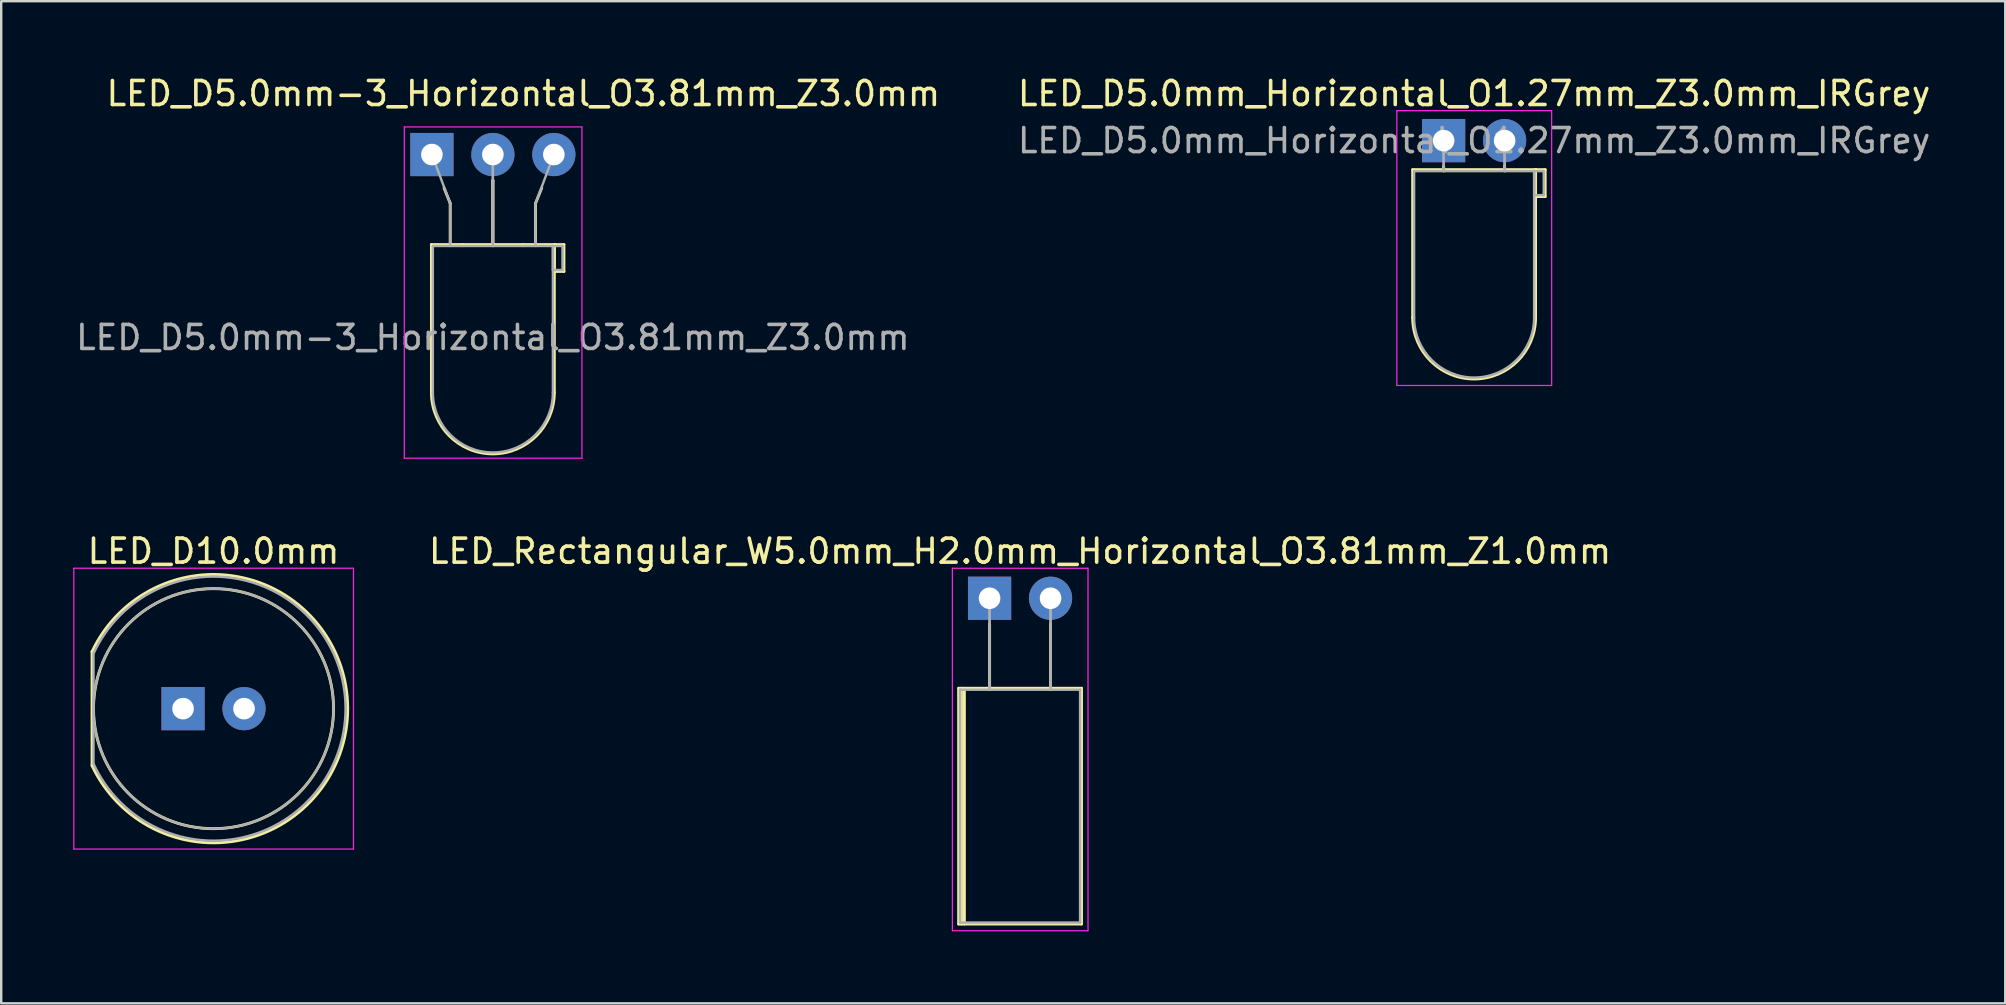
<source format=kicad_pcb>
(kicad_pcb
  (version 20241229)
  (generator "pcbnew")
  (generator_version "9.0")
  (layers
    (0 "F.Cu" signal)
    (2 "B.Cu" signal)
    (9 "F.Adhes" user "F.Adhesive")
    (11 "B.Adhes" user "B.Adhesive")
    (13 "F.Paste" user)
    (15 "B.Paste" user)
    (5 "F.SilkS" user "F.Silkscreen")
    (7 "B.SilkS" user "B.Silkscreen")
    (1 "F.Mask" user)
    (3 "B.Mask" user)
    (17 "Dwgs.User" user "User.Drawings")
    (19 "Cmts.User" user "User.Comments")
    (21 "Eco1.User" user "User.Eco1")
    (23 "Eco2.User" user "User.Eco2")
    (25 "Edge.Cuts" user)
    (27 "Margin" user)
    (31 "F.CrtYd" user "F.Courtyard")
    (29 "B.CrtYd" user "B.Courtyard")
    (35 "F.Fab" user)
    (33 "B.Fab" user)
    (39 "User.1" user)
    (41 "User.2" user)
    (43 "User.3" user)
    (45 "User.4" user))
  (footprint "LED_D5.0mm-3_Horizontal_O3.81mm_Z3.0mm"
    (layer "F.Cu")
    (at 14.942 3.388)
    (property "Reference" "LED_D5.0mm-3_Horizontal_O3.81mm_Z3.0mm" (at 3.81 -2.54 0) (layer "F.SilkS") (effects (font (size 1 1) (thickness 0.15))))
    (attr through_hole)
    (fp_line (start -0.02 3.75) (end -0.02 9.91) (stroke (width 0.12) (type solid)) (layer "F.SilkS"))
    (fp_line (start -0.02 3.75) (end 5.1 3.75) (stroke (width 0.12) (type solid)) (layer "F.SilkS"))
    (fp_line (start 0.762 2.032) (end 0.508 1.397) (stroke (width 0.12) (type solid)) (layer "F.SilkS"))
    (fp_line (start 0.762 2.032) (end 0.762 3.75) (stroke (width 0.12) (type solid)) (layer "F.SilkS"))
    (fp_line (start 1.27 3.75) (end 1.27 3.75) (stroke (width 0.12) (type solid)) (layer "F.SilkS"))
    (fp_line (start 2.54 1.08) (end 2.54 1.08) (stroke (width 0.12) (type solid)) (layer "F.SilkS"))
    (fp_line (start 2.54 1.08) (end 2.54 3.75) (stroke (width 0.12) (type solid)) (layer "F.SilkS"))
    (fp_line (start 2.54 3.75) (end 2.54 1.08) (stroke (width 0.12) (type solid)) (layer "F.SilkS"))
    (fp_line (start 3.81 3.75) (end 3.81 3.75) (stroke (width 0.12) (type solid)) (layer "F.SilkS"))
    (fp_line (start 4.318 2.032) (end 4.572 1.397) (stroke (width 0.12) (type solid)) (layer "F.SilkS"))
    (fp_line (start 4.318 3.75) (end 4.318 2.032) (stroke (width 0.12) (type solid)) (layer "F.SilkS"))
    (fp_line (start 5.1 3.75) (end 5.1 9.91) (stroke (width 0.12) (type solid)) (layer "F.SilkS"))
    (fp_line (start 5.1 3.75) (end 5.5 3.75) (stroke (width 0.12) (type solid)) (layer "F.SilkS"))
    (fp_line (start 5.1 4.87) (end 5.1 3.75) (stroke (width 0.12) (type solid)) (layer "F.SilkS"))
    (fp_line (start 5.5 3.75) (end 5.5 4.87) (stroke (width 0.12) (type solid)) (layer "F.SilkS"))
    (fp_line (start 5.5 4.87) (end 5.1 4.87) (stroke (width 0.12) (type solid)) (layer "F.SilkS"))
    (fp_arc (start 5.1 9.91) (mid 2.54 12.47) (end -0.02 9.91) (stroke (width 0.12) (type solid)) (layer "F.SilkS"))
    (fp_line (start -1.15 -1.15) (end -1.15 12.65) (stroke (width 0.05) (type solid)) (layer "F.CrtYd"))
    (fp_line (start -1.15 12.65) (end 6.25 12.65) (stroke (width 0.05) (type solid)) (layer "F.CrtYd"))
    (fp_line (start 6.25 -1.15) (end -1.15 -1.15) (stroke (width 0.05) (type solid)) (layer "F.CrtYd"))
    (fp_line (start 6.25 12.65) (end 6.25 -1.15) (stroke (width 0.05) (type solid)) (layer "F.CrtYd"))
    (fp_line (start 0.04 3.81) (end 0.04 9.91) (stroke (width 0.1) (type solid)) (layer "F.Fab"))
    (fp_line (start 0.04 3.81) (end 5.04 3.81) (stroke (width 0.1) (type solid)) (layer "F.Fab"))
    (fp_line (start 0.762 2.032) (end 0 0) (stroke (width 0.1) (type solid)) (layer "F.Fab"))
    (fp_line (start 0.762 3.81) (end 0.762 2.032) (stroke (width 0.1) (type solid)) (layer "F.Fab"))
    (fp_line (start 1.27 3.81) (end 1.27 3.81) (stroke (width 0.1) (type solid)) (layer "F.Fab"))
    (fp_line (start 2.54 0) (end 2.54 0) (stroke (width 0.1) (type solid)) (layer "F.Fab"))
    (fp_line (start 2.54 0) (end 2.54 3.81) (stroke (width 0.1) (type solid)) (layer "F.Fab"))
    (fp_line (start 2.54 3.81) (end 2.54 0) (stroke (width 0.1) (type solid)) (layer "F.Fab"))
    (fp_line (start 3.81 3.81) (end 3.81 3.81) (stroke (width 0.1) (type solid)) (layer "F.Fab"))
    (fp_line (start 4.318 2.032) (end 4.318 3.81) (stroke (width 0.1) (type solid)) (layer "F.Fab"))
    (fp_line (start 4.318 2.032) (end 5.08 0) (stroke (width 0.1) (type solid)) (layer "F.Fab"))
    (fp_line (start 5.04 3.81) (end 5.04 9.91) (stroke (width 0.1) (type solid)) (layer "F.Fab"))
    (fp_line (start 5.04 3.81) (end 5.44 3.81) (stroke (width 0.1) (type solid)) (layer "F.Fab"))
    (fp_line (start 5.04 4.81) (end 5.04 3.81) (stroke (width 0.1) (type solid)) (layer "F.Fab"))
    (fp_line (start 5.08 0) (end 5.08 0) (stroke (width 0.1) (type solid)) (layer "F.Fab"))
    (fp_line (start 5.44 3.81) (end 5.44 4.81) (stroke (width 0.1) (type solid)) (layer "F.Fab"))
    (fp_line (start 5.44 4.81) (end 5.04 4.81) (stroke (width 0.1) (type solid)) (layer "F.Fab"))
    (fp_arc (start 5.04 9.91) (mid 2.54 12.41) (end 0.04 9.91) (stroke (width 0.1) (type solid)) (layer "F.Fab"))
    (fp_text user "${REFERENCE}" (at 2.54 7.62 0) (layer "F.Fab") (effects (font (size 1 1) (thickness 0.15))))
    (pad "1" thru_hole rect (at 0 0) (size 1.8 1.8) (drill 0.9) (layers "*.Cu" "*.Mask"))
    (pad "2" thru_hole circle (at 2.54 0) (size 1.8 1.8) (drill 0.9) (layers "*.Cu" "*.Mask"))
    (pad "3" thru_hole circle (at 5.08 0) (size 1.8 1.8) (drill 0.9) (layers "*.Cu" "*.Mask")))
  (footprint "LED_D5.0mm_Horizontal_O1.27mm_Z3.0mm_IRGrey"
    (layer "F.Cu")
    (at 57.089 2.808)
    (property "Reference" "LED_D5.0mm_Horizontal_O1.27mm_Z3.0mm_IRGrey" (at 1.27 -1.96 0) (layer "F.SilkS") (effects (font (size 1 1) (thickness 0.15))))
    (attr through_hole)
    (fp_line (start -1.29 1.21) (end -1.29 7.37) (stroke (width 0.12) (type solid)) (layer "F.SilkS"))
    (fp_line (start -1.29 1.21) (end 3.83 1.21) (stroke (width 0.12) (type solid)) (layer "F.SilkS"))
    (fp_line (start 0 1.08) (end 0 1.08) (stroke (width 0.12) (type solid)) (layer "F.SilkS"))
    (fp_line (start 0 1.08) (end 0 1.21) (stroke (width 0.12) (type solid)) (layer "F.SilkS"))
    (fp_line (start 0 1.21) (end 0 1.08) (stroke (width 0.12) (type solid)) (layer "F.SilkS"))
    (fp_line (start 0 1.21) (end 0 1.21) (stroke (width 0.12) (type solid)) (layer "F.SilkS"))
    (fp_line (start 2.54 1.08) (end 2.54 1.08) (stroke (width 0.12) (type solid)) (layer "F.SilkS"))
    (fp_line (start 2.54 1.08) (end 2.54 1.21) (stroke (width 0.12) (type solid)) (layer "F.SilkS"))
    (fp_line (start 2.54 1.21) (end 2.54 1.08) (stroke (width 0.12) (type solid)) (layer "F.SilkS"))
    (fp_line (start 2.54 1.21) (end 2.54 1.21) (stroke (width 0.12) (type solid)) (layer "F.SilkS"))
    (fp_line (start 3.83 1.21) (end 3.83 7.37) (stroke (width 0.12) (type solid)) (layer "F.SilkS"))
    (fp_line (start 3.83 1.21) (end 4.23 1.21) (stroke (width 0.12) (type solid)) (layer "F.SilkS"))
    (fp_line (start 3.83 2.33) (end 3.83 1.21) (stroke (width 0.12) (type solid)) (layer "F.SilkS"))
    (fp_line (start 4.23 1.21) (end 4.23 2.33) (stroke (width 0.12) (type solid)) (layer "F.SilkS"))
    (fp_line (start 4.23 2.33) (end 3.83 2.33) (stroke (width 0.12) (type solid)) (layer "F.SilkS"))
    (fp_arc (start 3.83 7.37) (mid 1.27 9.93) (end -1.29 7.37) (stroke (width 0.12) (type solid)) (layer "F.SilkS"))
    (fp_line (start -1.95 -1.25) (end -1.95 10.2) (stroke (width 0.05) (type solid)) (layer "F.CrtYd"))
    (fp_line (start -1.95 10.2) (end 4.5 10.2) (stroke (width 0.05) (type solid)) (layer "F.CrtYd"))
    (fp_line (start 4.5 -1.25) (end -1.95 -1.25) (stroke (width 0.05) (type solid)) (layer "F.CrtYd"))
    (fp_line (start 4.5 10.2) (end 4.5 -1.25) (stroke (width 0.05) (type solid)) (layer "F.CrtYd"))
    (fp_line (start -1.23 1.27) (end -1.23 7.37) (stroke (width 0.1) (type solid)) (layer "F.Fab"))
    (fp_line (start -1.23 1.27) (end 3.77 1.27) (stroke (width 0.1) (type solid)) (layer "F.Fab"))
    (fp_line (start 0 0) (end 0 0) (stroke (width 0.1) (type solid)) (layer "F.Fab"))
    (fp_line (start 0 0) (end 0 1.27) (stroke (width 0.1) (type solid)) (layer "F.Fab"))
    (fp_line (start 0 1.27) (end 0 0) (stroke (width 0.1) (type solid)) (layer "F.Fab"))
    (fp_line (start 0 1.27) (end 0 1.27) (stroke (width 0.1) (type solid)) (layer "F.Fab"))
    (fp_line (start 2.54 0) (end 2.54 0) (stroke (width 0.1) (type solid)) (layer "F.Fab"))
    (fp_line (start 2.54 0) (end 2.54 1.27) (stroke (width 0.1) (type solid)) (layer "F.Fab"))
    (fp_line (start 2.54 1.27) (end 2.54 0) (stroke (width 0.1) (type solid)) (layer "F.Fab"))
    (fp_line (start 2.54 1.27) (end 2.54 1.27) (stroke (width 0.1) (type solid)) (layer "F.Fab"))
    (fp_line (start 3.77 1.27) (end 3.77 7.37) (stroke (width 0.1) (type solid)) (layer "F.Fab"))
    (fp_line (start 3.77 1.27) (end 4.17 1.27) (stroke (width 0.1) (type solid)) (layer "F.Fab"))
    (fp_line (start 3.77 2.27) (end 3.77 1.27) (stroke (width 0.1) (type solid)) (layer "F.Fab"))
    (fp_line (start 4.17 1.27) (end 4.17 2.27) (stroke (width 0.1) (type solid)) (layer "F.Fab"))
    (fp_line (start 4.17 2.27) (end 3.77 2.27) (stroke (width 0.1) (type solid)) (layer "F.Fab"))
    (fp_arc (start 3.77 7.37) (mid 1.27 9.87) (end -1.23 7.37) (stroke (width 0.1) (type solid)) (layer "F.Fab"))
    (fp_text user "${REFERENCE}" (at 1.27 0 0) (layer "F.Fab") (effects (font (size 1 1) (thickness 0.15))))
    (pad "1" thru_hole rect (at 0 0) (size 1.8 1.8) (drill 0.9) (layers "*.Cu" "*.Mask"))
    (pad "2" thru_hole circle (at 2.54 0) (size 1.8 1.8) (drill 0.9) (layers "*.Cu" "*.Mask")))
  (footprint "LED_D10.0mm"
    (layer "F.Cu")
    (at 4.575 26.471)
    (property "Reference" "LED_D10.0mm" (at 1.27 -6.56 0) (layer "F.SilkS") (effects (font (size 1 1) (thickness 0.15))))
    (attr through_hole)
    (fp_line (start -3.79 -2.376) (end -3.79 2.376) (stroke (width 0.12) (type solid)) (layer "F.SilkS"))
    (fp_arc (start -3.79 -2.375816) (mid 2.484794 -5.456407) (end 6.859998 -0.004741) (stroke (width 0.12) (type solid)) (layer "F.SilkS"))
    (fp_arc (start 6.859998 0.004741) (mid 2.484794 5.456407) (end -3.79 2.375816) (stroke (width 0.12) (type solid)) (layer "F.SilkS"))
    (fp_circle (center 1.27 0) (end 6.27 0) (stroke (width 0.12) (type solid)) (fill no) (layer "F.SilkS"))
    (fp_line (start -4.55 -5.85) (end -4.55 5.85) (stroke (width 0.05) (type solid)) (layer "F.CrtYd"))
    (fp_line (start -4.55 5.85) (end 7.1 5.85) (stroke (width 0.05) (type solid)) (layer "F.CrtYd"))
    (fp_line (start 7.1 -5.85) (end -4.55 -5.85) (stroke (width 0.05) (type solid)) (layer "F.CrtYd"))
    (fp_line (start 7.1 5.85) (end 7.1 -5.85) (stroke (width 0.05) (type solid)) (layer "F.CrtYd"))
    (fp_line (start -3.73 -2.291) (end -3.73 2.291) (stroke (width 0.1) (type solid)) (layer "F.Fab"))
    (fp_arc (start -3.73 -2.291288) (mid 6.77 0.001918) (end -3.731597 2.2878) (stroke (width 0.1) (type solid)) (layer "F.Fab"))
    (fp_circle (center 1.27 0) (end 6.27 0) (stroke (width 0.1) (type solid)) (fill no) (layer "F.Fab"))
    (pad "1" thru_hole rect (at 0 0) (size 1.8 1.8) (drill 0.9) (layers "*.Cu" "*.Mask"))
    (pad "2" thru_hole circle (at 2.54 0) (size 1.8 1.8) (drill 0.9) (layers "*.Cu" "*.Mask")))
  (footprint "LED_Rectangular_W5.0mm_H2.0mm_Horizontal_O3.81mm_Z1.0mm"
    (layer "F.Cu")
    (at 38.174 21.872)
    (property "Reference" "LED_Rectangular_W5.0mm_H2.0mm_Horizontal_O3.81mm_Z1.0mm" (at 1.27 -1.96 0) (layer "F.SilkS") (effects (font (size 1 1) (thickness 0.15))))
    (attr through_hole)
    (fp_line (start -1.29 3.75) (end -1.29 13.57) (stroke (width 0.12) (type solid)) (layer "F.SilkS"))
    (fp_line (start -1.29 13.57) (end 3.83 13.57) (stroke (width 0.12) (type solid)) (layer "F.SilkS"))
    (fp_line (start -1.17 3.75) (end -1.17 13.57) (stroke (width 0.12) (type solid)) (layer "F.SilkS"))
    (fp_line (start -1.05 3.75) (end -1.05 13.57) (stroke (width 0.12) (type solid)) (layer "F.SilkS"))
    (fp_line (start 0 1.08) (end 0 1.08) (stroke (width 0.12) (type solid)) (layer "F.SilkS"))
    (fp_line (start 0 1.08) (end 0 3.75) (stroke (width 0.12) (type solid)) (layer "F.SilkS"))
    (fp_line (start 0 3.75) (end 0 1.08) (stroke (width 0.12) (type solid)) (layer "F.SilkS"))
    (fp_line (start 0 3.75) (end 0 3.75) (stroke (width 0.12) (type solid)) (layer "F.SilkS"))
    (fp_line (start 2.54 1.08) (end 2.54 1.08) (stroke (width 0.12) (type solid)) (layer "F.SilkS"))
    (fp_line (start 2.54 1.08) (end 2.54 3.75) (stroke (width 0.12) (type solid)) (layer "F.SilkS"))
    (fp_line (start 2.54 3.75) (end 2.54 1.08) (stroke (width 0.12) (type solid)) (layer "F.SilkS"))
    (fp_line (start 2.54 3.75) (end 2.54 3.75) (stroke (width 0.12) (type solid)) (layer "F.SilkS"))
    (fp_line (start 3.83 3.75) (end -1.29 3.75) (stroke (width 0.12) (type solid)) (layer "F.SilkS"))
    (fp_line (start 3.83 13.57) (end 3.83 3.75) (stroke (width 0.12) (type solid)) (layer "F.SilkS"))
    (fp_line (start -1.55 -1.25) (end -1.55 13.85) (stroke (width 0.05) (type solid)) (layer "F.CrtYd"))
    (fp_line (start -1.55 13.85) (end 4.1 13.85) (stroke (width 0.05) (type solid)) (layer "F.CrtYd"))
    (fp_line (start 4.1 -1.25) (end -1.55 -1.25) (stroke (width 0.05) (type solid)) (layer "F.CrtYd"))
    (fp_line (start 4.1 13.85) (end 4.1 -1.25) (stroke (width 0.05) (type solid)) (layer "F.CrtYd"))
    (fp_line (start -1.23 3.81) (end -1.23 13.51) (stroke (width 0.1) (type solid)) (layer "F.Fab"))
    (fp_line (start -1.23 13.51) (end 3.77 13.51) (stroke (width 0.1) (type solid)) (layer "F.Fab"))
    (fp_line (start 0 0) (end 0 0) (stroke (width 0.1) (type solid)) (layer "F.Fab"))
    (fp_line (start 0 0) (end 0 3.81) (stroke (width 0.1) (type solid)) (layer "F.Fab"))
    (fp_line (start 0 3.81) (end 0 0) (stroke (width 0.1) (type solid)) (layer "F.Fab"))
    (fp_line (start 0 3.81) (end 0 3.81) (stroke (width 0.1) (type solid)) (layer "F.Fab"))
    (fp_line (start 2.54 0) (end 2.54 0) (stroke (width 0.1) (type solid)) (layer "F.Fab"))
    (fp_line (start 2.54 0) (end 2.54 3.81) (stroke (width 0.1) (type solid)) (layer "F.Fab"))
    (fp_line (start 2.54 3.81) (end 2.54 0) (stroke (width 0.1) (type solid)) (layer "F.Fab"))
    (fp_line (start 2.54 3.81) (end 2.54 3.81) (stroke (width 0.1) (type solid)) (layer "F.Fab"))
    (fp_line (start 3.77 3.81) (end -1.23 3.81) (stroke (width 0.1) (type solid)) (layer "F.Fab"))
    (fp_line (start 3.77 13.51) (end 3.77 3.81) (stroke (width 0.1) (type solid)) (layer "F.Fab"))
    (pad "1" thru_hole rect (at 0 0) (size 1.8 1.8) (drill 0.9) (layers "*.Cu" "*.Mask"))
    (pad "2" thru_hole circle (at 2.54 0) (size 1.8 1.8) (drill 0.9) (layers "*.Cu" "*.Mask")))
  (gr_rect
    (start -3 -3)
    (end 80.484 38.746)
    (stroke (width 0.1) (type default))
    (fill no)
    (layer "Edge.Cuts")))
</source>
